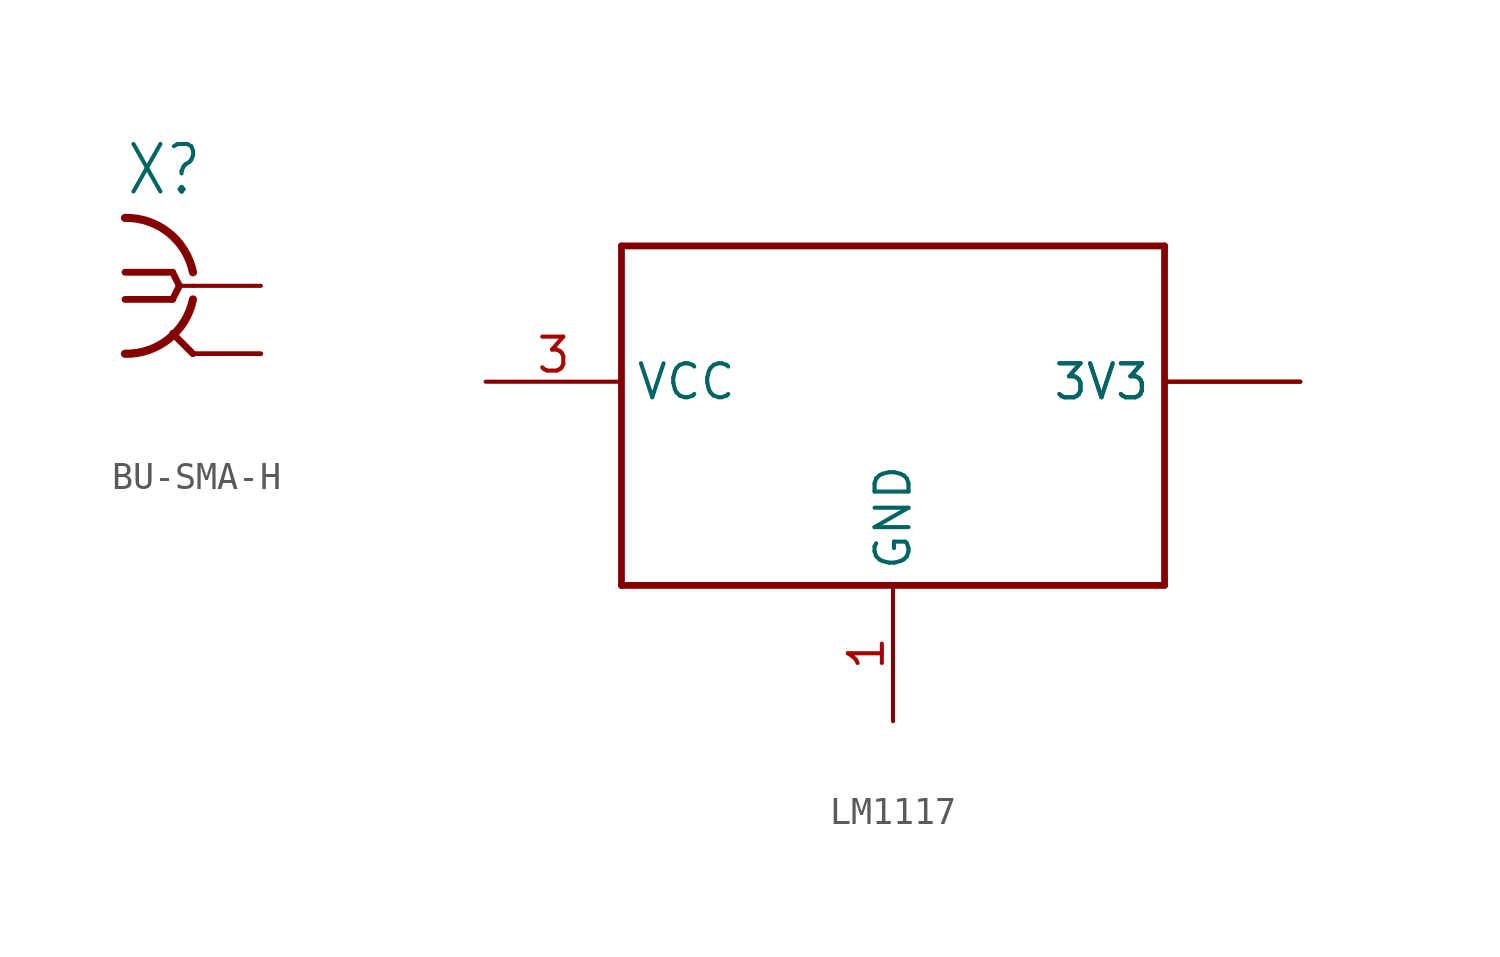
<source format=kicad_sym>
(kicad_symbol_lib
  (version 20231120)
  (generator "kicad_symbol_editor")
  (generator_version "8.0")
  (symbol "BU-SMA-H"
    (property "Reference" "X"
      (at -2.54 3.302 0)
      (effects (font (size 1.778 1.511)) (justify left bottom)))
    (property "Value" ""
      (at -2.54 -5.08 0)
      (effects (font (size 1.778 1.511)) (justify left bottom)))
    (property "ki_locked" ""
      (at 0 0 0)
      (effects (font (size 1.27 1.27))))
    (symbol "BU-SMA-H_1_0"
      (arc (start -2.54 -2.54) (mid -0.9022 -1.9838) (end 0 -0.508) (stroke (width 0.3048) (type solid)) (fill (type none)))
      (polyline (pts (xy -2.54 0.508) (xy -0.762 0.508)) (stroke (width 0.254) (type solid)) (fill (type none)))
      (polyline (pts (xy -0.762 -0.508) (xy -2.54 -0.508)) (stroke (width 0.254) (type solid)) (fill (type none)))
      (polyline (pts (xy -0.762 0.508) (xy -0.508 0)) (stroke (width 0.254) (type solid)) (fill (type none)))
      (polyline (pts (xy -0.508 0) (xy -0.762 -0.508)) (stroke (width 0.254) (type solid)) (fill (type none)))
      (polyline (pts (xy 0 -2.54) (xy -0.762 -1.778)) (stroke (width 0.254) (type solid)) (fill (type none)))
      (polyline (pts (xy 0 0) (xy -0.508 0)) (stroke (width 0.152) (type solid)) (fill (type none)))
      (arc (start 0 0.508) (mid -0.9022 1.9838) (end -2.54 2.54) (stroke (width 0.3048) (type solid)) (fill (type none)))
      (pin passive line (at 2.54 0 180) (length 2.54) (name "1" (effects (font (size 0 0)))) (number "1" (effects (font (size 0 0)))))
      (pin passive line (at 2.54 -2.54 180) (length 2.54) (name "2" (effects (font (size 0 0)))) (number "2" (effects (font (size 0 0)))))
      (pin passive line (at 2.54 -2.54 180) (length 2.54) (name "2" (effects (font (size 0 0)))) (number "3" (effects (font (size 0 0)))))
      (pin passive line (at 2.54 -2.54 180) (length 2.54) (name "2" (effects (font (size 0 0)))) (number "4" (effects (font (size 0 0)))))
      (pin passive line (at 2.54 -2.54 180) (length 2.54) (name "2" (effects (font (size 0 0)))) (number "5" (effects (font (size 0 0)))))))
  (symbol "LM1117"
    (property "Reference" ""
      (at -10.16 12.7 0)
      (effects (font (size 1.778 1.511)) (justify left bottom) (hide yes)))
    (property "Value" ""
      (at -10.16 10.16 0)
      (effects (font (size 1.778 1.511)) (justify left bottom)))
    (property "ki_locked" ""
      (at 0 0 0)
      (effects (font (size 1.27 1.27))))
    (symbol "LM1117_1_0"
      (polyline (pts (xy -10.16 -5.08) (xy -10.16 7.62)) (stroke (width 0.254) (type solid)) (fill (type none)))
      (polyline (pts (xy -10.16 7.62) (xy 10.16 7.62)) (stroke (width 0.254) (type solid)) (fill (type none)))
      (polyline (pts (xy 10.16 -5.08) (xy -10.16 -5.08)) (stroke (width 0.254) (type solid)) (fill (type none)))
      (polyline (pts (xy 10.16 7.62) (xy 10.16 -5.08)) (stroke (width 0.254) (type solid)) (fill (type none)))
      (pin power_in line (at 0 -10.16 90) (length 5.08) (name "GND" (effects (font (size 1.27 1.27)))) (number "1" (effects (font (size 1.27 1.27)))))
      (pin output line (at 15.24 2.54 180) (length 5.08) (name "3V3" (effects (font (size 1.27 1.27)))) (number "2" (effects (font (size 0 0)))))
      (pin power_in line (at -15.24 2.54 0) (length 5.08) (name "VCC" (effects (font (size 1.27 1.27)))) (number "3" (effects (font (size 1.27 1.27)))))
      (pin output line (at 15.24 2.54 180) (length 5.08) (name "3V3" (effects (font (size 1.27 1.27)))) (number "4" (effects (font (size 0 0))))))))
</source>
